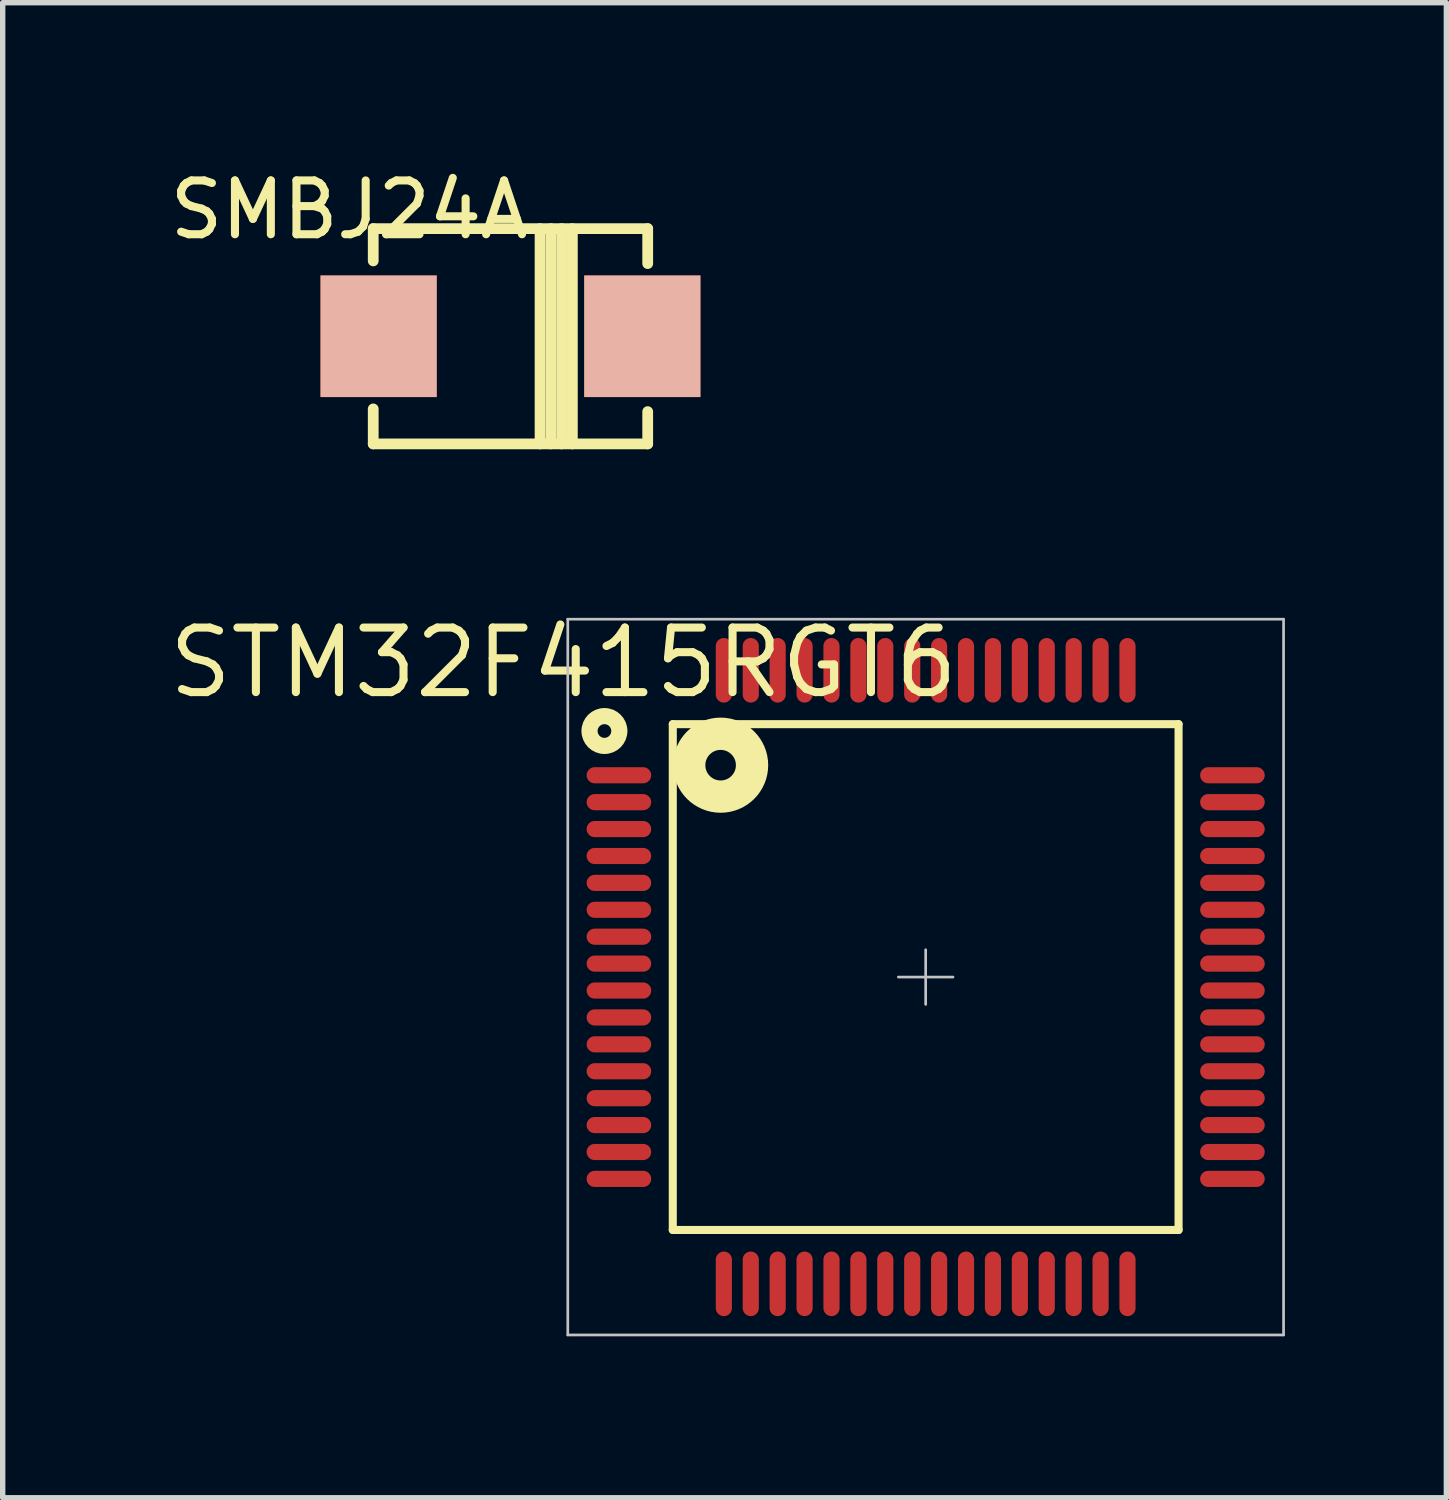
<source format=kicad_pcb>
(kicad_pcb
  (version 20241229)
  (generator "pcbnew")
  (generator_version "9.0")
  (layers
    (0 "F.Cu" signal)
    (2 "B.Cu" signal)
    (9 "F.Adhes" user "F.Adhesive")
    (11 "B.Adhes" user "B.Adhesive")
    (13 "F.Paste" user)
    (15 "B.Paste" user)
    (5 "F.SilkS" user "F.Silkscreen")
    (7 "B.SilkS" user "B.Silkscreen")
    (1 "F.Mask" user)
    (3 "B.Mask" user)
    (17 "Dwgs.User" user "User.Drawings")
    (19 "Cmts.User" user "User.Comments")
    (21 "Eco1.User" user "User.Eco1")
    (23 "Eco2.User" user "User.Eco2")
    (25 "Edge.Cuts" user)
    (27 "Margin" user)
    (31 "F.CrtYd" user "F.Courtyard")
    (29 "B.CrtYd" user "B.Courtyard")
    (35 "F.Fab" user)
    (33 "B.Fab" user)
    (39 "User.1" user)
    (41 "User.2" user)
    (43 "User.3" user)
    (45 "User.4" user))
  (footprint "SMBJ24A"
    (layer "F.Cu")
    (at 6.435 3.198)
    (property "Reference" "SMBJ24A" (at -3 -2.35 0) (layer "F.SilkS") (effects (font (size 1 1) (thickness 0.15))))
    (attr through_hole)
    (fp_line (start -2.55 -2) (end 2.55 -2) (stroke (width 0.2) (type solid)) (layer "F.SilkS"))
    (fp_line (start -2.55 -1.4) (end -2.55 -2) (stroke (width 0.2) (type solid)) (layer "F.SilkS"))
    (fp_line (start -2.55 2) (end -2.55 1.35) (stroke (width 0.2) (type solid)) (layer "F.SilkS"))
    (fp_line (start 0.55 -2) (end 0.55 2) (stroke (width 0.2) (type solid)) (layer "F.SilkS"))
    (fp_line (start 0.75 -2) (end 0.75 2) (stroke (width 0.2) (type solid)) (layer "F.SilkS"))
    (fp_line (start 0.95 -2) (end 0.95 2) (stroke (width 0.2) (type solid)) (layer "F.SilkS"))
    (fp_line (start 1.15 -2) (end 1.15 2) (stroke (width 0.2) (type solid)) (layer "F.SilkS"))
    (fp_line (start 2.55 -2) (end 2.55 -1.35) (stroke (width 0.2) (type solid)) (layer "F.SilkS"))
    (fp_line (start 2.55 1.4) (end 2.55 2) (stroke (width 0.2) (type solid)) (layer "F.SilkS"))
    (fp_line (start 2.55 2) (end -2.55 2) (stroke (width 0.2) (type solid)) (layer "F.SilkS"))
    (pad "1" smd rect (at -2.45 0 180) (size 2.16 2.26) (layers "F.Cu" "F.Mask" "B.SilkS" "F.Paste"))
    (pad "2" smd rect (at 2.45 0 180) (size 2.16 2.26) (layers "F.Cu" "F.Mask" "B.SilkS" "F.Paste")))
  (footprint "STM32F415RGT6"
    (layer "F.Cu")
    (at 14.15 15.105)
    (property "Reference" "STM32F415RGT6" (at -6.731 -5.842 0) (layer "F.SilkS") (effects (font (size 1.2 1.2) (thickness 0.15))))
    (attr through_hole)
    (fp_line (start -4.699 -4.699) (end 4.699 -4.699) (stroke (width 0.15) (type solid)) (layer "F.SilkS"))
    (fp_line (start -4.699 4.699) (end -4.699 -4.699) (stroke (width 0.15) (type solid)) (layer "F.SilkS"))
    (fp_line (start 4.699 -4.699) (end 4.699 4.699) (stroke (width 0.15) (type solid)) (layer "F.SilkS"))
    (fp_line (start 4.699 4.699) (end -4.699 4.699) (stroke (width 0.15) (type solid)) (layer "F.SilkS"))
    (fp_circle (center -5.969 -4.572) (end -5.842 -4.572) (stroke (width 0.3) (type solid)) (fill no) (layer "F.SilkS"))
    (fp_circle (center -3.81 -3.937) (end -3.683 -3.683) (stroke (width 0.6) (type solid)) (fill no) (layer "F.SilkS"))
    (fp_line (start -6.65 -6.65) (end 6.65 -6.65) (stroke (width 0.05) (type solid)) (layer "Dwgs.User"))
    (fp_line (start -6.65 6.65) (end -6.65 -6.65) (stroke (width 0.05) (type solid)) (layer "Dwgs.User"))
    (fp_line (start 0 -0.508) (end 0 0.508) (stroke (width 0.05) (type solid)) (layer "Dwgs.User"))
    (fp_line (start 0.508 0) (end -0.508 0) (stroke (width 0.05) (type solid)) (layer "Dwgs.User"))
    (fp_line (start 6.65 -6.65) (end 6.65 6.65) (stroke (width 0.05) (type solid)) (layer "Dwgs.User"))
    (fp_line (start 6.65 6.65) (end -6.65 6.65) (stroke (width 0.05) (type solid)) (layer "Dwgs.User"))
    (pad "1" smd oval (at -5.7 -3.75 90) (size 0.3 1.2) (layers "F.Cu" "F.Mask" "F.Paste"))
    (pad "2" smd oval (at -5.7 -3.25 90) (size 0.3 1.2) (layers "F.Cu" "F.Mask" "F.Paste"))
    (pad "3" smd oval (at -5.7 -2.75 90) (size 0.3 1.2) (layers "F.Cu" "F.Mask" "F.Paste"))
    (pad "4" smd oval (at -5.7 -2.25 90) (size 0.3 1.2) (layers "F.Cu" "F.Mask" "F.Paste"))
    (pad "5" smd oval (at -5.7 -1.75 90) (size 0.3 1.2) (layers "F.Cu" "F.Mask" "F.Paste"))
    (pad "6" smd oval (at -5.7 -1.25 90) (size 0.3 1.2) (layers "F.Cu" "F.Mask" "F.Paste"))
    (pad "7" smd oval (at -5.7 -0.75 90) (size 0.3 1.2) (layers "F.Cu" "F.Mask" "F.Paste"))
    (pad "8" smd oval (at -5.7 -0.25 90) (size 0.3 1.2) (layers "F.Cu" "F.Mask" "F.Paste"))
    (pad "9" smd oval (at -5.7 0.25 90) (size 0.3 1.2) (layers "F.Cu" "F.Mask" "F.Paste"))
    (pad "10" smd oval (at -5.7 0.75 90) (size 0.3 1.2) (layers "F.Cu" "F.Mask" "F.Paste"))
    (pad "11" smd oval (at -5.7 1.25 90) (size 0.3 1.2) (layers "F.Cu" "F.Mask" "F.Paste"))
    (pad "12" smd oval (at -5.7 1.75 90) (size 0.3 1.2) (layers "F.Cu" "F.Mask" "F.Paste"))
    (pad "13" smd oval (at -5.7 2.25 90) (size 0.3 1.2) (layers "F.Cu" "F.Mask" "F.Paste"))
    (pad "14" smd oval (at -5.7 2.75 90) (size 0.3 1.2) (layers "F.Cu" "F.Mask" "F.Paste"))
    (pad "15" smd oval (at -5.7 3.25 90) (size 0.3 1.2) (layers "F.Cu" "F.Mask" "F.Paste"))
    (pad "16" smd oval (at -5.7 3.75 90) (size 0.3 1.2) (layers "F.Cu" "F.Mask" "F.Paste"))
    (pad "17" smd oval (at -3.75 5.7) (size 0.3 1.2) (layers "F.Cu" "F.Mask" "F.Paste"))
    (pad "18" smd oval (at -3.25 5.7) (size 0.3 1.2) (layers "F.Cu" "F.Mask" "F.Paste"))
    (pad "19" smd oval (at -2.75 5.7) (size 0.3 1.2) (layers "F.Cu" "F.Mask" "F.Paste"))
    (pad "20" smd oval (at -2.25 5.7) (size 0.3 1.2) (layers "F.Cu" "F.Mask" "F.Paste"))
    (pad "21" smd oval (at -1.75 5.7) (size 0.3 1.2) (layers "F.Cu" "F.Mask" "F.Paste"))
    (pad "22" smd oval (at -1.25 5.7) (size 0.3 1.2) (layers "F.Cu" "F.Mask" "F.Paste"))
    (pad "23" smd oval (at -0.75 5.7) (size 0.3 1.2) (layers "F.Cu" "F.Mask" "F.Paste"))
    (pad "24" smd oval (at -0.25 5.7) (size 0.3 1.2) (layers "F.Cu" "F.Mask" "F.Paste"))
    (pad "25" smd oval (at 0.25 5.7) (size 0.3 1.2) (layers "F.Cu" "F.Mask" "F.Paste"))
    (pad "26" smd oval (at 0.75 5.7) (size 0.3 1.2) (layers "F.Cu" "F.Mask" "F.Paste"))
    (pad "27" smd oval (at 1.25 5.7) (size 0.3 1.2) (layers "F.Cu" "F.Mask" "F.Paste"))
    (pad "28" smd oval (at 1.75 5.7) (size 0.3 1.2) (layers "F.Cu" "F.Mask" "F.Paste"))
    (pad "29" smd oval (at 2.25 5.7) (size 0.3 1.2) (layers "F.Cu" "F.Mask" "F.Paste"))
    (pad "30" smd oval (at 2.75 5.7) (size 0.3 1.2) (layers "F.Cu" "F.Mask" "F.Paste"))
    (pad "31" smd oval (at 3.25 5.7) (size 0.3 1.2) (layers "F.Cu" "F.Mask" "F.Paste"))
    (pad "32" smd oval (at 3.75 5.7) (size 0.3 1.2) (layers "F.Cu" "F.Mask" "F.Paste"))
    (pad "33" smd oval (at 5.7 3.75 90) (size 0.3 1.2) (layers "F.Cu" "F.Mask" "F.Paste"))
    (pad "34" smd oval (at 5.7 3.25 90) (size 0.3 1.2) (layers "F.Cu" "F.Mask" "F.Paste"))
    (pad "35" smd oval (at 5.7 2.75 90) (size 0.3 1.2) (layers "F.Cu" "F.Mask" "F.Paste"))
    (pad "36" smd oval (at 5.7 2.25 90) (size 0.3 1.2) (layers "F.Cu" "F.Mask" "F.Paste"))
    (pad "37" smd oval (at 5.7 1.75 90) (size 0.3 1.2) (layers "F.Cu" "F.Mask" "F.Paste"))
    (pad "38" smd oval (at 5.7 1.25 90) (size 0.3 1.2) (layers "F.Cu" "F.Mask" "F.Paste"))
    (pad "39" smd oval (at 5.7 0.75 90) (size 0.3 1.2) (layers "F.Cu" "F.Mask" "F.Paste"))
    (pad "40" smd oval (at 5.7 0.25 90) (size 0.3 1.2) (layers "F.Cu" "F.Mask" "F.Paste"))
    (pad "41" smd oval (at 5.7 -0.25 90) (size 0.3 1.2) (layers "F.Cu" "F.Mask" "F.Paste"))
    (pad "42" smd oval (at 5.7 -0.75 90) (size 0.3 1.2) (layers "F.Cu" "F.Mask" "F.Paste"))
    (pad "43" smd oval (at 5.7 -1.25 90) (size 0.3 1.2) (layers "F.Cu" "F.Mask" "F.Paste"))
    (pad "44" smd oval (at 5.7 -1.75 90) (size 0.3 1.2) (layers "F.Cu" "F.Mask" "F.Paste"))
    (pad "45" smd oval (at 5.7 -2.25 90) (size 0.3 1.2) (layers "F.Cu" "F.Mask" "F.Paste"))
    (pad "46" smd oval (at 5.7 -2.75 90) (size 0.3 1.2) (layers "F.Cu" "F.Mask" "F.Paste"))
    (pad "47" smd oval (at 5.7 -3.25 90) (size 0.3 1.2) (layers "F.Cu" "F.Mask" "F.Paste"))
    (pad "48" smd oval (at 5.7 -3.75 90) (size 0.3 1.2) (layers "F.Cu" "F.Mask" "F.Paste"))
    (pad "49" smd oval (at 3.75 -5.7) (size 0.3 1.2) (layers "F.Cu" "F.Mask" "F.Paste"))
    (pad "50" smd oval (at 3.25 -5.7) (size 0.3 1.2) (layers "F.Cu" "F.Mask" "F.Paste"))
    (pad "51" smd oval (at 2.75 -5.7) (size 0.3 1.2) (layers "F.Cu" "F.Mask" "F.Paste"))
    (pad "52" smd oval (at 2.25 -5.7) (size 0.3 1.2) (layers "F.Cu" "F.Mask" "F.Paste"))
    (pad "53" smd oval (at 1.75 -5.7) (size 0.3 1.2) (layers "F.Cu" "F.Mask" "F.Paste"))
    (pad "54" smd oval (at 1.25 -5.7) (size 0.3 1.2) (layers "F.Cu" "F.Mask" "F.Paste"))
    (pad "55" smd oval (at 0.75 -5.7) (size 0.3 1.2) (layers "F.Cu" "F.Mask" "F.Paste"))
    (pad "56" smd oval (at 0.25 -5.7) (size 0.3 1.2) (layers "F.Cu" "F.Mask" "F.Paste"))
    (pad "57" smd oval (at -0.25 -5.7) (size 0.3 1.2) (layers "F.Cu" "F.Mask" "F.Paste"))
    (pad "58" smd oval (at -0.75 -5.7) (size 0.3 1.2) (layers "F.Cu" "F.Mask" "F.Paste"))
    (pad "59" smd oval (at -1.25 -5.7) (size 0.3 1.2) (layers "F.Cu" "F.Mask" "F.Paste"))
    (pad "60" smd oval (at -1.75 -5.7) (size 0.3 1.2) (layers "F.Cu" "F.Mask" "F.Paste"))
    (pad "61" smd oval (at -2.25 -5.7) (size 0.3 1.2) (layers "F.Cu" "F.Mask" "F.Paste"))
    (pad "62" smd oval (at -2.75 -5.7) (size 0.3 1.2) (layers "F.Cu" "F.Mask" "F.Paste"))
    (pad "63" smd oval (at -3.25 -5.7) (size 0.3 1.2) (layers "F.Cu" "F.Mask" "F.Paste"))
    (pad "64" smd oval (at -3.75 -5.7) (size 0.3 1.2) (layers "F.Cu" "F.Mask" "F.Paste")))
  (gr_rect
    (start -3 -3)
    (end 23.825 24.78)
    (stroke (width 0.1) (type default))
    (fill no)
    (layer "Edge.Cuts")))
</source>
